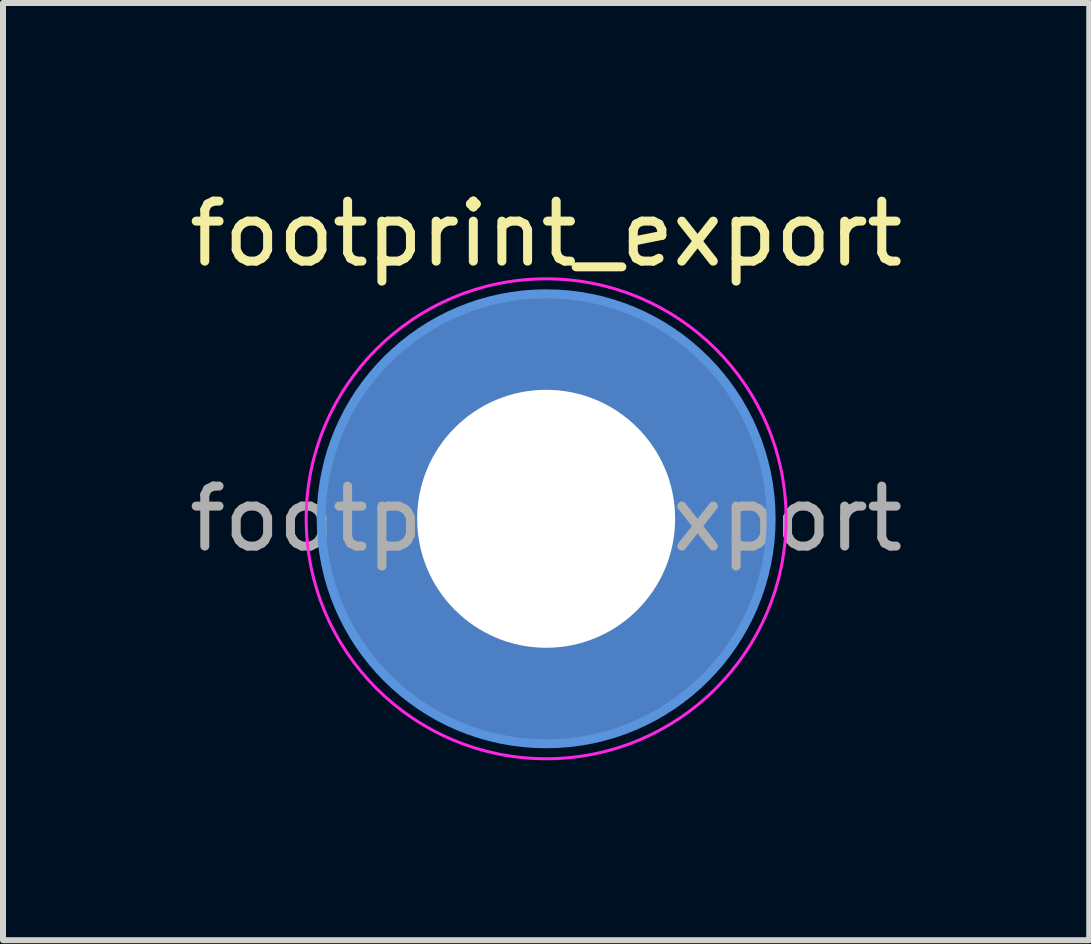
<source format=kicad_pcb>
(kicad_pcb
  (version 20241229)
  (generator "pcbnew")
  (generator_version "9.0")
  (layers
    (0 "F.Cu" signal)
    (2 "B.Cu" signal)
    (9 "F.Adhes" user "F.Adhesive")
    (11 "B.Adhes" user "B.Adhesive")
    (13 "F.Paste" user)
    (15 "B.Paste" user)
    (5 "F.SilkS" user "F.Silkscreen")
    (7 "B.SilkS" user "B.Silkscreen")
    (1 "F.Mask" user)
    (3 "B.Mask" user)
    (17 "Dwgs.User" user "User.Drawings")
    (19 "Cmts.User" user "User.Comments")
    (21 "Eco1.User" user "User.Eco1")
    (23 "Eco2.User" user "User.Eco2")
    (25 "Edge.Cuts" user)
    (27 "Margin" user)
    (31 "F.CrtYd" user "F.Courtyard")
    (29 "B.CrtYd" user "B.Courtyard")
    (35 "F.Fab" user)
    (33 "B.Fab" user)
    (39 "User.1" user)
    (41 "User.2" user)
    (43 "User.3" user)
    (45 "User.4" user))
  (footprint "footprint_export"
    (layer "F.Cu")
    (at 6.054 5.598)
    (property "Reference" "footprint_export" (at 0 -4.75 0) (layer "F.SilkS") (effects (font (size 1 1) (thickness 0.15))))
    (attr exclude_from_pos_files exclude_from_bom)
    (fp_circle (center 0 0) (end 3.75 0) (stroke (width 0.15) (type solid)) (fill no) (layer "Cmts.User"))
    (fp_circle (center 0 0) (end 4 0) (stroke (width 0.05) (type solid)) (fill no) (layer "F.CrtYd"))
    (fp_text user "${REFERENCE}" (at 0 0 0) (layer "F.Fab") (effects (font (size 1 1) (thickness 0.15))))
    (pad "1" thru_hole circle (at 0 0) (size 4.7 4.7) (drill 4.3) (layers "*.Cu" "*.Mask"))
    (pad "1" connect circle (at 0 0) (size 7.5 7.5) (layers "F.Cu" "F.Mask"))
    (pad "1" connect circle (at 0 0) (size 7.5 7.5) (layers "B.Cu" "B.Mask")))
  (gr_rect
    (start -3 -3)
    (end 15.107 12.623)
    (stroke (width 0.1) (type default))
    (fill no)
    (layer "Edge.Cuts")))
</source>
